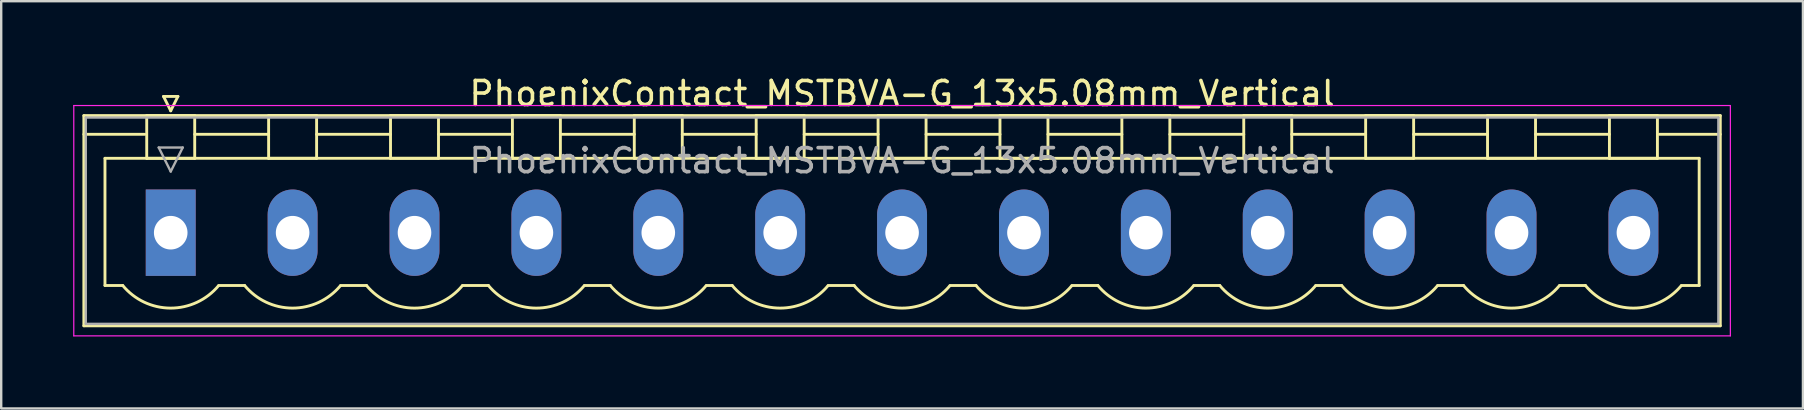
<source format=kicad_pcb>
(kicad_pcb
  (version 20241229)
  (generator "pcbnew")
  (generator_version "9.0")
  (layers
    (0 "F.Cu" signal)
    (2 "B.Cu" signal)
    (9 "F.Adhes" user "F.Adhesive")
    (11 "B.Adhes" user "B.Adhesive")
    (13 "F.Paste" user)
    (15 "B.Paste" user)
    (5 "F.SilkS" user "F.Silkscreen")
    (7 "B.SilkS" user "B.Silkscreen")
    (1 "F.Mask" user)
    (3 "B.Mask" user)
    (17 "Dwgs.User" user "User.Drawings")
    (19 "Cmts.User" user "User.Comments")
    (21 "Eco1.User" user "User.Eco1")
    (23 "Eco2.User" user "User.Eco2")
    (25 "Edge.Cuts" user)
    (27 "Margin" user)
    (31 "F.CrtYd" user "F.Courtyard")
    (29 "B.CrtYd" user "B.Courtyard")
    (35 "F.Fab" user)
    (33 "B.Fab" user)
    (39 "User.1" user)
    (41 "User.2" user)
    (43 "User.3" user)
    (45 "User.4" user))
  (footprint "PhoenixContact_MSTBVA-G_13x5.08mm_Vertical"
    (layer "F.Cu")
    (at 4.065 6.648)
    (property "Reference" "PhoenixContact_MSTBVA-G_13x5.08mm_Vertical" (at 30.48 -5.8 0) (layer "F.SilkS") (effects (font (size 1 1) (thickness 0.15))))
    (attr through_hole)
    (fp_line (start -3.62 -4.88) (end -3.62 3.88) (stroke (width 0.12) (type solid)) (layer "F.SilkS"))
    (fp_line (start -3.62 -4.1) (end -1.08 -4.1) (stroke (width 0.12) (type solid)) (layer "F.SilkS"))
    (fp_line (start -3.62 3.88) (end 64.58 3.88) (stroke (width 0.12) (type solid)) (layer "F.SilkS"))
    (fp_line (start -2.74 -3.1) (end 63.7 -3.1) (stroke (width 0.12) (type solid)) (layer "F.SilkS"))
    (fp_line (start -2.74 2.2) (end -2.74 -3.1) (stroke (width 0.12) (type solid)) (layer "F.SilkS"))
    (fp_line (start -2 2.2) (end -2.74 2.2) (stroke (width 0.12) (type solid)) (layer "F.SilkS"))
    (fp_line (start -1 -4.88) (end 1 -4.88) (stroke (width 0.12) (type solid)) (layer "F.SilkS"))
    (fp_line (start -1 -3.1) (end -1 -4.88) (stroke (width 0.12) (type solid)) (layer "F.SilkS"))
    (fp_line (start -0.3 -5.68) (end 0.3 -5.68) (stroke (width 0.12) (type solid)) (layer "F.SilkS"))
    (fp_line (start 0 -5.08) (end -0.3 -5.68) (stroke (width 0.12) (type solid)) (layer "F.SilkS"))
    (fp_line (start 0.3 -5.68) (end 0 -5.08) (stroke (width 0.12) (type solid)) (layer "F.SilkS"))
    (fp_line (start 1 -4.88) (end 1 -3.1) (stroke (width 0.12) (type solid)) (layer "F.SilkS"))
    (fp_line (start 1 -4.1) (end 4.08 -4.1) (stroke (width 0.12) (type solid)) (layer "F.SilkS"))
    (fp_line (start 1 -3.1) (end -1 -3.1) (stroke (width 0.12) (type solid)) (layer "F.SilkS"))
    (fp_line (start 2 2.2) (end 3.08 2.2) (stroke (width 0.12) (type solid)) (layer "F.SilkS"))
    (fp_line (start 4.08 -4.88) (end 6.08 -4.88) (stroke (width 0.12) (type solid)) (layer "F.SilkS"))
    (fp_line (start 4.08 -3.1) (end 4.08 -4.88) (stroke (width 0.12) (type solid)) (layer "F.SilkS"))
    (fp_line (start 6.08 -4.88) (end 6.08 -3.1) (stroke (width 0.12) (type solid)) (layer "F.SilkS"))
    (fp_line (start 6.08 -4.1) (end 9.16 -4.1) (stroke (width 0.12) (type solid)) (layer "F.SilkS"))
    (fp_line (start 6.08 -3.1) (end 4.08 -3.1) (stroke (width 0.12) (type solid)) (layer "F.SilkS"))
    (fp_line (start 7.08 2.2) (end 8.16 2.2) (stroke (width 0.12) (type solid)) (layer "F.SilkS"))
    (fp_line (start 9.16 -4.88) (end 11.16 -4.88) (stroke (width 0.12) (type solid)) (layer "F.SilkS"))
    (fp_line (start 9.16 -3.1) (end 9.16 -4.88) (stroke (width 0.12) (type solid)) (layer "F.SilkS"))
    (fp_line (start 11.16 -4.88) (end 11.16 -3.1) (stroke (width 0.12) (type solid)) (layer "F.SilkS"))
    (fp_line (start 11.16 -4.1) (end 14.24 -4.1) (stroke (width 0.12) (type solid)) (layer "F.SilkS"))
    (fp_line (start 11.16 -3.1) (end 9.16 -3.1) (stroke (width 0.12) (type solid)) (layer "F.SilkS"))
    (fp_line (start 12.16 2.2) (end 13.24 2.2) (stroke (width 0.12) (type solid)) (layer "F.SilkS"))
    (fp_line (start 14.24 -4.88) (end 16.24 -4.88) (stroke (width 0.12) (type solid)) (layer "F.SilkS"))
    (fp_line (start 14.24 -3.1) (end 14.24 -4.88) (stroke (width 0.12) (type solid)) (layer "F.SilkS"))
    (fp_line (start 16.24 -4.88) (end 16.24 -3.1) (stroke (width 0.12) (type solid)) (layer "F.SilkS"))
    (fp_line (start 16.24 -4.1) (end 19.32 -4.1) (stroke (width 0.12) (type solid)) (layer "F.SilkS"))
    (fp_line (start 16.24 -3.1) (end 14.24 -3.1) (stroke (width 0.12) (type solid)) (layer "F.SilkS"))
    (fp_line (start 17.24 2.2) (end 18.32 2.2) (stroke (width 0.12) (type solid)) (layer "F.SilkS"))
    (fp_line (start 19.32 -4.88) (end 21.32 -4.88) (stroke (width 0.12) (type solid)) (layer "F.SilkS"))
    (fp_line (start 19.32 -3.1) (end 19.32 -4.88) (stroke (width 0.12) (type solid)) (layer "F.SilkS"))
    (fp_line (start 21.32 -4.88) (end 21.32 -3.1) (stroke (width 0.12) (type solid)) (layer "F.SilkS"))
    (fp_line (start 21.32 -4.1) (end 24.4 -4.1) (stroke (width 0.12) (type solid)) (layer "F.SilkS"))
    (fp_line (start 21.32 -3.1) (end 19.32 -3.1) (stroke (width 0.12) (type solid)) (layer "F.SilkS"))
    (fp_line (start 22.32 2.2) (end 23.4 2.2) (stroke (width 0.12) (type solid)) (layer "F.SilkS"))
    (fp_line (start 24.4 -4.88) (end 26.4 -4.88) (stroke (width 0.12) (type solid)) (layer "F.SilkS"))
    (fp_line (start 24.4 -3.1) (end 24.4 -4.88) (stroke (width 0.12) (type solid)) (layer "F.SilkS"))
    (fp_line (start 26.4 -4.88) (end 26.4 -3.1) (stroke (width 0.12) (type solid)) (layer "F.SilkS"))
    (fp_line (start 26.4 -4.1) (end 29.48 -4.1) (stroke (width 0.12) (type solid)) (layer "F.SilkS"))
    (fp_line (start 26.4 -3.1) (end 24.4 -3.1) (stroke (width 0.12) (type solid)) (layer "F.SilkS"))
    (fp_line (start 27.4 2.2) (end 28.48 2.2) (stroke (width 0.12) (type solid)) (layer "F.SilkS"))
    (fp_line (start 29.48 -4.88) (end 31.48 -4.88) (stroke (width 0.12) (type solid)) (layer "F.SilkS"))
    (fp_line (start 29.48 -3.1) (end 29.48 -4.88) (stroke (width 0.12) (type solid)) (layer "F.SilkS"))
    (fp_line (start 31.48 -4.88) (end 31.48 -3.1) (stroke (width 0.12) (type solid)) (layer "F.SilkS"))
    (fp_line (start 31.48 -4.1) (end 34.56 -4.1) (stroke (width 0.12) (type solid)) (layer "F.SilkS"))
    (fp_line (start 31.48 -3.1) (end 29.48 -3.1) (stroke (width 0.12) (type solid)) (layer "F.SilkS"))
    (fp_line (start 32.48 2.2) (end 33.56 2.2) (stroke (width 0.12) (type solid)) (layer "F.SilkS"))
    (fp_line (start 34.56 -4.88) (end 36.56 -4.88) (stroke (width 0.12) (type solid)) (layer "F.SilkS"))
    (fp_line (start 34.56 -3.1) (end 34.56 -4.88) (stroke (width 0.12) (type solid)) (layer "F.SilkS"))
    (fp_line (start 36.56 -4.88) (end 36.56 -3.1) (stroke (width 0.12) (type solid)) (layer "F.SilkS"))
    (fp_line (start 36.56 -4.1) (end 39.64 -4.1) (stroke (width 0.12) (type solid)) (layer "F.SilkS"))
    (fp_line (start 36.56 -3.1) (end 34.56 -3.1) (stroke (width 0.12) (type solid)) (layer "F.SilkS"))
    (fp_line (start 37.56 2.2) (end 38.64 2.2) (stroke (width 0.12) (type solid)) (layer "F.SilkS"))
    (fp_line (start 39.64 -4.88) (end 41.64 -4.88) (stroke (width 0.12) (type solid)) (layer "F.SilkS"))
    (fp_line (start 39.64 -3.1) (end 39.64 -4.88) (stroke (width 0.12) (type solid)) (layer "F.SilkS"))
    (fp_line (start 41.64 -4.88) (end 41.64 -3.1) (stroke (width 0.12) (type solid)) (layer "F.SilkS"))
    (fp_line (start 41.64 -4.1) (end 44.72 -4.1) (stroke (width 0.12) (type solid)) (layer "F.SilkS"))
    (fp_line (start 41.64 -3.1) (end 39.64 -3.1) (stroke (width 0.12) (type solid)) (layer "F.SilkS"))
    (fp_line (start 42.64 2.2) (end 43.72 2.2) (stroke (width 0.12) (type solid)) (layer "F.SilkS"))
    (fp_line (start 44.72 -4.88) (end 46.72 -4.88) (stroke (width 0.12) (type solid)) (layer "F.SilkS"))
    (fp_line (start 44.72 -3.1) (end 44.72 -4.88) (stroke (width 0.12) (type solid)) (layer "F.SilkS"))
    (fp_line (start 46.72 -4.88) (end 46.72 -3.1) (stroke (width 0.12) (type solid)) (layer "F.SilkS"))
    (fp_line (start 46.72 -4.1) (end 49.8 -4.1) (stroke (width 0.12) (type solid)) (layer "F.SilkS"))
    (fp_line (start 46.72 -3.1) (end 44.72 -3.1) (stroke (width 0.12) (type solid)) (layer "F.SilkS"))
    (fp_line (start 47.72 2.2) (end 48.8 2.2) (stroke (width 0.12) (type solid)) (layer "F.SilkS"))
    (fp_line (start 49.8 -4.88) (end 51.8 -4.88) (stroke (width 0.12) (type solid)) (layer "F.SilkS"))
    (fp_line (start 49.8 -3.1) (end 49.8 -4.88) (stroke (width 0.12) (type solid)) (layer "F.SilkS"))
    (fp_line (start 51.8 -4.88) (end 51.8 -3.1) (stroke (width 0.12) (type solid)) (layer "F.SilkS"))
    (fp_line (start 51.8 -4.1) (end 54.88 -4.1) (stroke (width 0.12) (type solid)) (layer "F.SilkS"))
    (fp_line (start 51.8 -3.1) (end 49.8 -3.1) (stroke (width 0.12) (type solid)) (layer "F.SilkS"))
    (fp_line (start 52.8 2.2) (end 53.88 2.2) (stroke (width 0.12) (type solid)) (layer "F.SilkS"))
    (fp_line (start 54.88 -4.88) (end 56.88 -4.88) (stroke (width 0.12) (type solid)) (layer "F.SilkS"))
    (fp_line (start 54.88 -3.1) (end 54.88 -4.88) (stroke (width 0.12) (type solid)) (layer "F.SilkS"))
    (fp_line (start 56.88 -4.88) (end 56.88 -3.1) (stroke (width 0.12) (type solid)) (layer "F.SilkS"))
    (fp_line (start 56.88 -4.1) (end 59.96 -4.1) (stroke (width 0.12) (type solid)) (layer "F.SilkS"))
    (fp_line (start 56.88 -3.1) (end 54.88 -3.1) (stroke (width 0.12) (type solid)) (layer "F.SilkS"))
    (fp_line (start 57.88 2.2) (end 58.96 2.2) (stroke (width 0.12) (type solid)) (layer "F.SilkS"))
    (fp_line (start 59.96 -4.88) (end 61.96 -4.88) (stroke (width 0.12) (type solid)) (layer "F.SilkS"))
    (fp_line (start 59.96 -3.1) (end 59.96 -4.88) (stroke (width 0.12) (type solid)) (layer "F.SilkS"))
    (fp_line (start 61.96 -4.88) (end 61.96 -3.1) (stroke (width 0.12) (type solid)) (layer "F.SilkS"))
    (fp_line (start 61.96 -3.1) (end 59.96 -3.1) (stroke (width 0.12) (type solid)) (layer "F.SilkS"))
    (fp_line (start 63.7 -3.1) (end 63.7 2.2) (stroke (width 0.12) (type solid)) (layer "F.SilkS"))
    (fp_line (start 63.7 2.2) (end 62.96 2.2) (stroke (width 0.12) (type solid)) (layer "F.SilkS"))
    (fp_line (start 64.58 -4.88) (end -3.62 -4.88) (stroke (width 0.12) (type solid)) (layer "F.SilkS"))
    (fp_line (start 64.58 -4.1) (end 62.04 -4.1) (stroke (width 0.12) (type solid)) (layer "F.SilkS"))
    (fp_line (start 64.58 3.88) (end 64.58 -4.88) (stroke (width 0.12) (type solid)) (layer "F.SilkS"))
    (fp_arc (start 1.986842 2.215821) (mid -0.010289 3.142758) (end -2 2.2) (stroke (width 0.12) (type solid)) (layer "F.SilkS"))
    (fp_arc (start 7.066842 2.215821) (mid 5.069711 3.142758) (end 3.08 2.2) (stroke (width 0.12) (type solid)) (layer "F.SilkS"))
    (fp_arc (start 12.146842 2.215821) (mid 10.149711 3.142758) (end 8.16 2.2) (stroke (width 0.12) (type solid)) (layer "F.SilkS"))
    (fp_arc (start 17.226842 2.215821) (mid 15.229711 3.142758) (end 13.24 2.2) (stroke (width 0.12) (type solid)) (layer "F.SilkS"))
    (fp_arc (start 22.306842 2.215821) (mid 20.309711 3.142758) (end 18.32 2.2) (stroke (width 0.12) (type solid)) (layer "F.SilkS"))
    (fp_arc (start 27.386842 2.215821) (mid 25.389711 3.142758) (end 23.4 2.2) (stroke (width 0.12) (type solid)) (layer "F.SilkS"))
    (fp_arc (start 32.466842 2.215821) (mid 30.469711 3.142758) (end 28.48 2.2) (stroke (width 0.12) (type solid)) (layer "F.SilkS"))
    (fp_arc (start 37.546842 2.215821) (mid 35.549711 3.142758) (end 33.56 2.2) (stroke (width 0.12) (type solid)) (layer "F.SilkS"))
    (fp_arc (start 42.626842 2.215821) (mid 40.629711 3.142758) (end 38.64 2.2) (stroke (width 0.12) (type solid)) (layer "F.SilkS"))
    (fp_arc (start 47.706842 2.215821) (mid 45.709711 3.142758) (end 43.72 2.2) (stroke (width 0.12) (type solid)) (layer "F.SilkS"))
    (fp_arc (start 52.786842 2.215821) (mid 50.789711 3.142758) (end 48.8 2.2) (stroke (width 0.12) (type solid)) (layer "F.SilkS"))
    (fp_arc (start 57.866842 2.215821) (mid 55.869711 3.142758) (end 53.88 2.2) (stroke (width 0.12) (type solid)) (layer "F.SilkS"))
    (fp_arc (start 62.946842 2.215821) (mid 60.949711 3.142758) (end 58.96 2.2) (stroke (width 0.12) (type solid)) (layer "F.SilkS"))
    (fp_line (start -4.04 -5.3) (end -4.04 4.3) (stroke (width 0.05) (type solid)) (layer "F.CrtYd"))
    (fp_line (start -4.04 4.3) (end 65 4.3) (stroke (width 0.05) (type solid)) (layer "F.CrtYd"))
    (fp_line (start 65 -5.3) (end -4.04 -5.3) (stroke (width 0.05) (type solid)) (layer "F.CrtYd"))
    (fp_line (start 65 4.3) (end 65 -5.3) (stroke (width 0.05) (type solid)) (layer "F.CrtYd"))
    (fp_line (start -3.54 -4.8) (end -3.54 3.8) (stroke (width 0.1) (type solid)) (layer "F.Fab"))
    (fp_line (start -3.54 3.8) (end 64.5 3.8) (stroke (width 0.1) (type solid)) (layer "F.Fab"))
    (fp_line (start -0.5 -3.55) (end 0.5 -3.55) (stroke (width 0.1) (type solid)) (layer "F.Fab"))
    (fp_line (start 0 -2.55) (end -0.5 -3.55) (stroke (width 0.1) (type solid)) (layer "F.Fab"))
    (fp_line (start 0.5 -3.55) (end 0 -2.55) (stroke (width 0.1) (type solid)) (layer "F.Fab"))
    (fp_line (start 64.5 -4.8) (end -3.54 -4.8) (stroke (width 0.1) (type solid)) (layer "F.Fab"))
    (fp_line (start 64.5 3.8) (end 64.5 -4.8) (stroke (width 0.1) (type solid)) (layer "F.Fab"))
    (fp_text user "${REFERENCE}" (at 30.48 -3 0) (layer "F.Fab") (effects (font (size 1 1) (thickness 0.15))))
    (pad "1" thru_hole rect (at 0 0) (size 2.08 3.6) (drill 1.4) (layers "*.Cu" "*.Mask"))
    (pad "2" thru_hole oval (at 5.08 0) (size 2.08 3.6) (drill 1.4) (layers "*.Cu" "*.Mask"))
    (pad "3" thru_hole oval (at 10.16 0) (size 2.08 3.6) (drill 1.4) (layers "*.Cu" "*.Mask"))
    (pad "4" thru_hole oval (at 15.24 0) (size 2.08 3.6) (drill 1.4) (layers "*.Cu" "*.Mask"))
    (pad "5" thru_hole oval (at 20.32 0) (size 2.08 3.6) (drill 1.4) (layers "*.Cu" "*.Mask"))
    (pad "6" thru_hole oval (at 25.4 0) (size 2.08 3.6) (drill 1.4) (layers "*.Cu" "*.Mask"))
    (pad "7" thru_hole oval (at 30.48 0) (size 2.08 3.6) (drill 1.4) (layers "*.Cu" "*.Mask"))
    (pad "8" thru_hole oval (at 35.56 0) (size 2.08 3.6) (drill 1.4) (layers "*.Cu" "*.Mask"))
    (pad "9" thru_hole oval (at 40.64 0) (size 2.08 3.6) (drill 1.4) (layers "*.Cu" "*.Mask"))
    (pad "10" thru_hole oval (at 45.72 0) (size 2.08 3.6) (drill 1.4) (layers "*.Cu" "*.Mask"))
    (pad "11" thru_hole oval (at 50.8 0) (size 2.08 3.6) (drill 1.4) (layers "*.Cu" "*.Mask"))
    (pad "12" thru_hole oval (at 55.88 0) (size 2.08 3.6) (drill 1.4) (layers "*.Cu" "*.Mask"))
    (pad "13" thru_hole oval (at 60.96 0) (size 2.08 3.6) (drill 1.4) (layers "*.Cu" "*.Mask")))
  (gr_rect
    (start -3 -3)
    (end 72.09 13.973)
    (stroke (width 0.1) (type default))
    (fill no)
    (layer "Edge.Cuts")))
</source>
